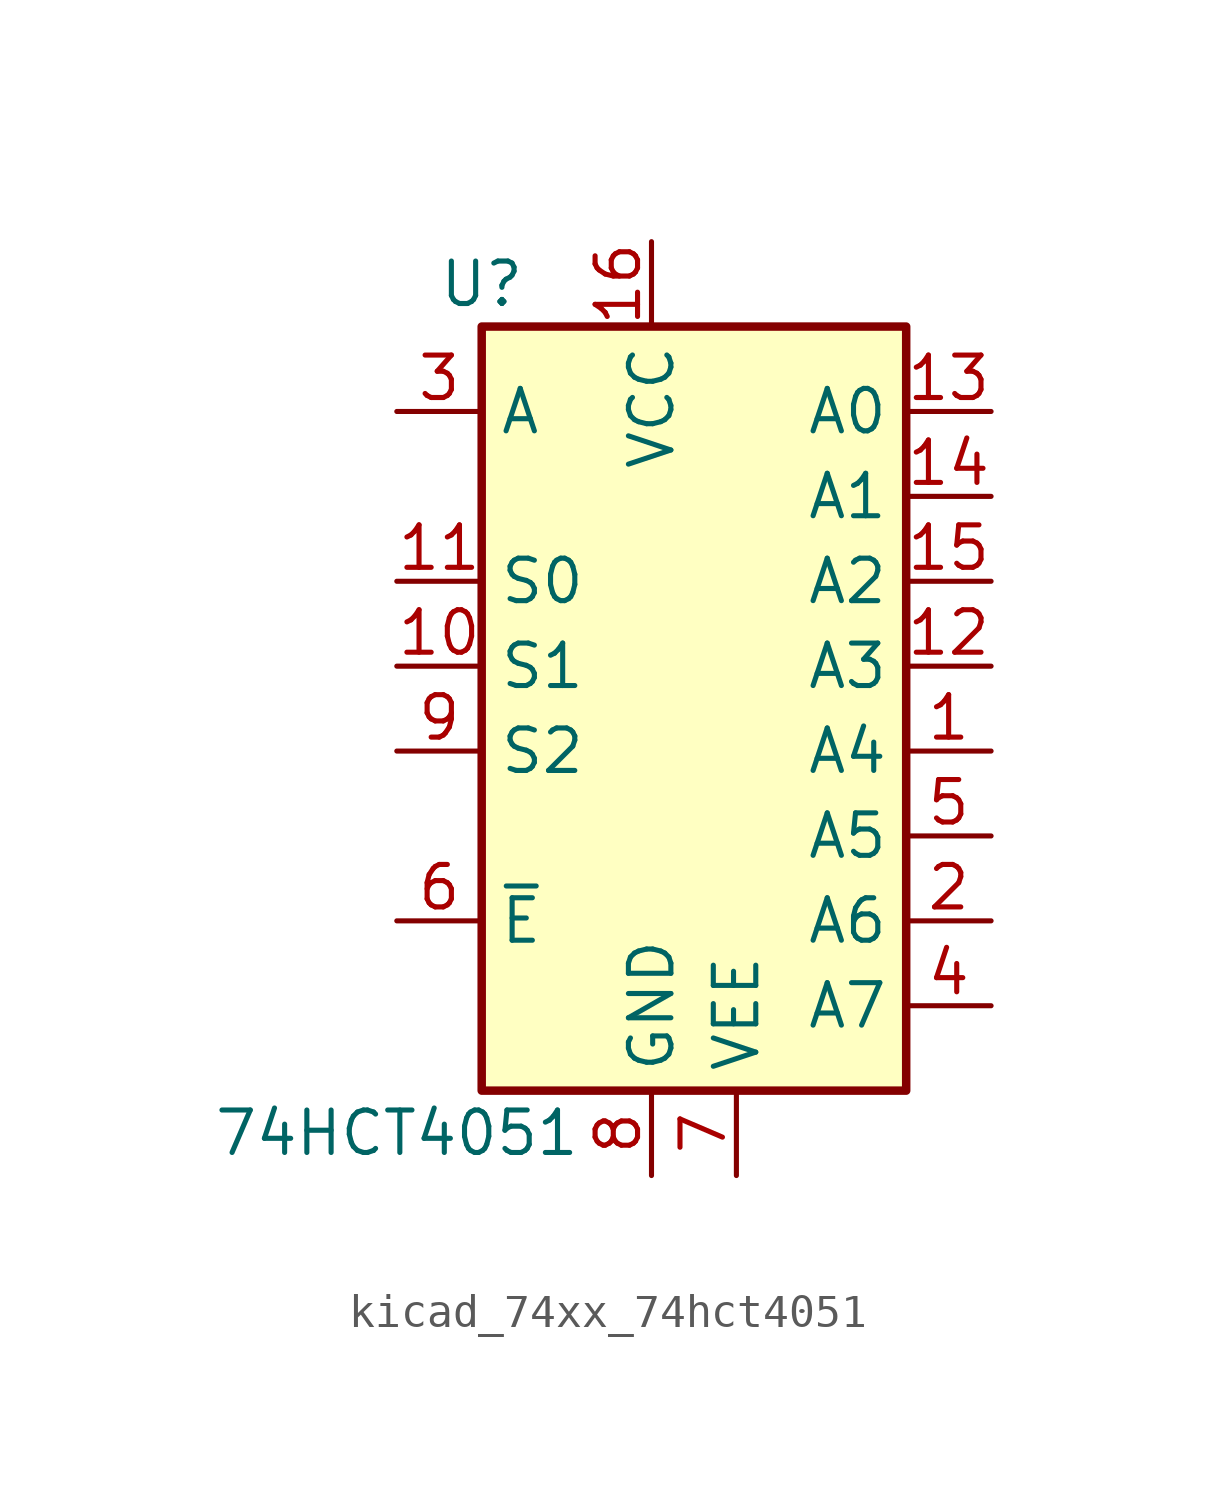
<source format=kicad_sym>
(kicad_symbol_lib
  (version 20220914)
  (generator kicad_symbol_editor)
  (symbol "kicad_74xx_74hct4051"
    (property "Reference" "U"
      (at -5.08 11.43 0)
      (effects (font (size 1.27 1.27))))
    (property "Value" "74HCT4051"
      (at -7.62 -13.97 0)
      (effects (font (size 1.27 1.27))))
    (symbol "kicad_74xx_74hct4051_0_1"
      (rectangle (start -5.08 10.16) (end 7.62 -12.7) (stroke (width 0.254) (type default)) (fill (type background))))
    (symbol "kicad_74xx_74hct4051_1_1"
      (pin passive line (at 10.16 -2.54 180) (length 2.54) (name "A4" (effects (font (size 1.27 1.27)))) (number "1" (effects (font (size 1.27 1.27)))))
      (pin input line (at -7.62 0 0) (length 2.54) (name "S1" (effects (font (size 1.27 1.27)))) (number "10" (effects (font (size 1.27 1.27)))))
      (pin input line (at -7.62 2.54 0) (length 2.54) (name "S0" (effects (font (size 1.27 1.27)))) (number "11" (effects (font (size 1.27 1.27)))))
      (pin passive line (at 10.16 0 180) (length 2.54) (name "A3" (effects (font (size 1.27 1.27)))) (number "12" (effects (font (size 1.27 1.27)))))
      (pin passive line (at 10.16 7.62 180) (length 2.54) (name "A0" (effects (font (size 1.27 1.27)))) (number "13" (effects (font (size 1.27 1.27)))))
      (pin passive line (at 10.16 5.08 180) (length 2.54) (name "A1" (effects (font (size 1.27 1.27)))) (number "14" (effects (font (size 1.27 1.27)))))
      (pin passive line (at 10.16 2.54 180) (length 2.54) (name "A2" (effects (font (size 1.27 1.27)))) (number "15" (effects (font (size 1.27 1.27)))))
      (pin power_in line (at 0 12.7 270) (length 2.54) (name "VCC" (effects (font (size 1.27 1.27)))) (number "16" (effects (font (size 1.27 1.27)))))
      (pin passive line (at 10.16 -7.62 180) (length 2.54) (name "A6" (effects (font (size 1.27 1.27)))) (number "2" (effects (font (size 1.27 1.27)))))
      (pin passive line (at -7.62 7.62 0) (length 2.54) (name "A" (effects (font (size 1.27 1.27)))) (number "3" (effects (font (size 1.27 1.27)))))
      (pin passive line (at 10.16 -10.16 180) (length 2.54) (name "A7" (effects (font (size 1.27 1.27)))) (number "4" (effects (font (size 1.27 1.27)))))
      (pin passive line (at 10.16 -5.08 180) (length 2.54) (name "A5" (effects (font (size 1.27 1.27)))) (number "5" (effects (font (size 1.27 1.27)))))
      (pin input line (at -7.62 -7.62 0) (length 2.54) (name "~{E}" (effects (font (size 1.27 1.27)))) (number "6" (effects (font (size 1.27 1.27)))))
      (pin power_in line (at 2.54 -15.24 90) (length 2.54) (name "VEE" (effects (font (size 1.27 1.27)))) (number "7" (effects (font (size 1.27 1.27)))))
      (pin power_in line (at 0 -15.24 90) (length 2.54) (name "GND" (effects (font (size 1.27 1.27)))) (number "8" (effects (font (size 1.27 1.27)))))
      (pin input line (at -7.62 -2.54 0) (length 2.54) (name "S2" (effects (font (size 1.27 1.27)))) (number "9" (effects (font (size 1.27 1.27))))))))
</source>
